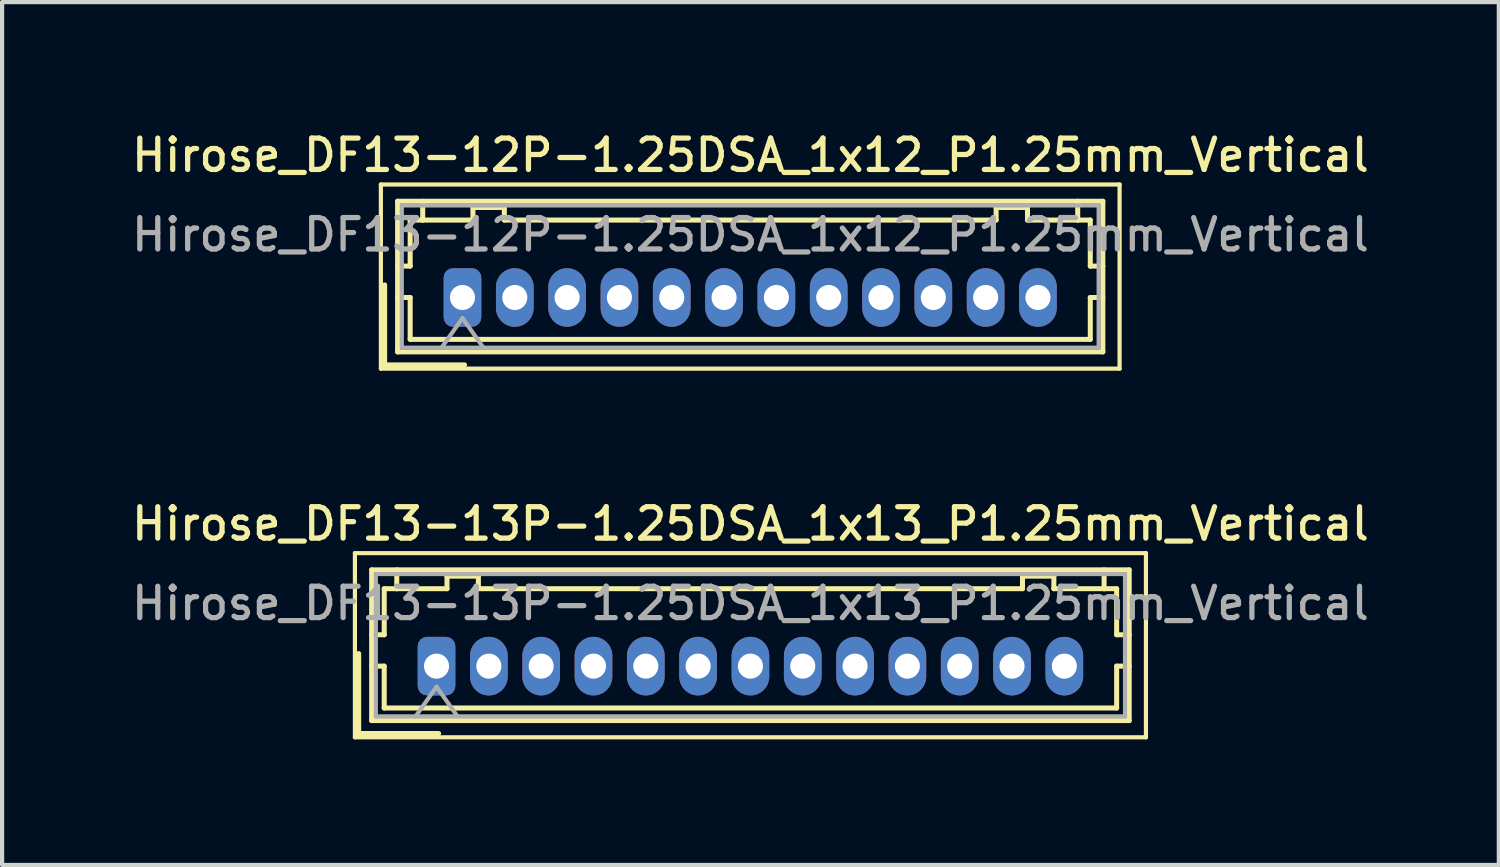
<source format=kicad_pcb>
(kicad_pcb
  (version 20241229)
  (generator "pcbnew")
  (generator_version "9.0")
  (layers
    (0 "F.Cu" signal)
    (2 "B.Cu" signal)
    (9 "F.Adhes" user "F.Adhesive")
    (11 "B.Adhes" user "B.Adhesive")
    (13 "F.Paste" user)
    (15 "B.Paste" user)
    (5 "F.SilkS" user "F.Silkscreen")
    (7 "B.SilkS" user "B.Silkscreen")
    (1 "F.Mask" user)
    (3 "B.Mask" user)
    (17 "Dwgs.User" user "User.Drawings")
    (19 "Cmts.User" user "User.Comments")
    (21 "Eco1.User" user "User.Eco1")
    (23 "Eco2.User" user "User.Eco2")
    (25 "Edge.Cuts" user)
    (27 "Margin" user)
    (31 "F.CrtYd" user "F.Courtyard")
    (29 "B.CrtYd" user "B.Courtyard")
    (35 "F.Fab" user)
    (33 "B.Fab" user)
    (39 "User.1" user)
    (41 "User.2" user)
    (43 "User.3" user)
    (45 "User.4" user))
  (footprint "Hirose_DF13-12P-1.25DSA_1x12_P1.25mm_Vertical"
    (layer "F.Cu")
    (at 8 4.058)
    (property "Reference" "Hirose_DF13-12P-1.25DSA_1x12_P1.25mm_Vertical" (at 6.88 -3.4 0) (layer "F.SilkS") (effects (font (size 0.75 0.75) (thickness 0.125))))
    (attr through_hole)
    (fp_line (start -1.95 -2.7) (end -1.95 1.7) (stroke (width 0.1) (type solid)) (layer "F.SilkS"))
    (fp_line (start -1.95 1.7) (end 15.7 1.7) (stroke (width 0.1) (type solid)) (layer "F.SilkS"))
    (fp_line (start -1.86 -0.3) (end -1.86 1.61) (stroke (width 0.12) (type solid)) (layer "F.SilkS"))
    (fp_line (start -1.86 1.61) (end 0.05 1.61) (stroke (width 0.12) (type solid)) (layer "F.SilkS"))
    (fp_line (start -1.55 -2.3) (end -1.55 1.3) (stroke (width 0.12) (type solid)) (layer "F.SilkS"))
    (fp_line (start -1.55 -0.75) (end -1.25 -0.75) (stroke (width 0.12) (type solid)) (layer "F.SilkS"))
    (fp_line (start -1.55 0) (end -1.25 0) (stroke (width 0.12) (type solid)) (layer "F.SilkS"))
    (fp_line (start -1.55 1.3) (end 15.3 1.3) (stroke (width 0.12) (type solid)) (layer "F.SilkS"))
    (fp_line (start -1.25 -1.85) (end -0.95 -1.85) (stroke (width 0.12) (type solid)) (layer "F.SilkS"))
    (fp_line (start -1.25 -0.75) (end -1.25 -1.85) (stroke (width 0.12) (type solid)) (layer "F.SilkS"))
    (fp_line (start -1.25 0) (end -1.25 1) (stroke (width 0.12) (type solid)) (layer "F.SilkS"))
    (fp_line (start -1.25 1) (end 15 1) (stroke (width 0.12) (type solid)) (layer "F.SilkS"))
    (fp_line (start -0.95 -1.85) (end -0.95 -2.3) (stroke (width 0.12) (type solid)) (layer "F.SilkS"))
    (fp_line (start -0.95 -1.85) (end 0.25 -1.85) (stroke (width 0.12) (type solid)) (layer "F.SilkS"))
    (fp_line (start 0.25 -2.15) (end 1 -2.15) (stroke (width 0.12) (type solid)) (layer "F.SilkS"))
    (fp_line (start 0.25 -1.85) (end 0.25 -2.15) (stroke (width 0.12) (type solid)) (layer "F.SilkS"))
    (fp_line (start 1 -2.15) (end 1 -1.85) (stroke (width 0.12) (type solid)) (layer "F.SilkS"))
    (fp_line (start 1 -1.85) (end 12.75 -1.85) (stroke (width 0.12) (type solid)) (layer "F.SilkS"))
    (fp_line (start 12.75 -2.15) (end 13.5 -2.15) (stroke (width 0.12) (type solid)) (layer "F.SilkS"))
    (fp_line (start 12.75 -1.85) (end 12.75 -2.15) (stroke (width 0.12) (type solid)) (layer "F.SilkS"))
    (fp_line (start 13.5 -2.15) (end 13.5 -1.85) (stroke (width 0.12) (type solid)) (layer "F.SilkS"))
    (fp_line (start 13.5 -1.85) (end 14.7 -1.85) (stroke (width 0.12) (type solid)) (layer "F.SilkS"))
    (fp_line (start 14.7 -1.85) (end 14.7 -2.3) (stroke (width 0.12) (type solid)) (layer "F.SilkS"))
    (fp_line (start 15 -1.85) (end 14.7 -1.85) (stroke (width 0.12) (type solid)) (layer "F.SilkS"))
    (fp_line (start 15 -0.75) (end 15 -1.85) (stroke (width 0.12) (type solid)) (layer "F.SilkS"))
    (fp_line (start 15 0) (end 15.3 0) (stroke (width 0.12) (type solid)) (layer "F.SilkS"))
    (fp_line (start 15 1) (end 15 0) (stroke (width 0.12) (type solid)) (layer "F.SilkS"))
    (fp_line (start 15.3 -2.3) (end -1.55 -2.3) (stroke (width 0.12) (type solid)) (layer "F.SilkS"))
    (fp_line (start 15.3 -0.75) (end 15 -0.75) (stroke (width 0.12) (type solid)) (layer "F.SilkS"))
    (fp_line (start 15.3 1.3) (end 15.3 -2.3) (stroke (width 0.12) (type solid)) (layer "F.SilkS"))
    (fp_line (start 15.7 -2.7) (end -1.95 -2.7) (stroke (width 0.1) (type solid)) (layer "F.SilkS"))
    (fp_line (start 15.7 1.7) (end 15.7 -2.7) (stroke (width 0.1) (type solid)) (layer "F.SilkS"))
    (fp_line (start -1.45 -2.2) (end -1.45 1.2) (stroke (width 0.1) (type solid)) (layer "F.Fab"))
    (fp_line (start -1.45 1.2) (end 15.2 1.2) (stroke (width 0.1) (type solid)) (layer "F.Fab"))
    (fp_line (start -0.5 1.2) (end 0 0.493) (stroke (width 0.1) (type solid)) (layer "F.Fab"))
    (fp_line (start 0 0.493) (end 0.5 1.2) (stroke (width 0.1) (type solid)) (layer "F.Fab"))
    (fp_line (start 15.2 -2.2) (end -1.45 -2.2) (stroke (width 0.1) (type solid)) (layer "F.Fab"))
    (fp_line (start 15.2 1.2) (end 15.2 -2.2) (stroke (width 0.1) (type solid)) (layer "F.Fab"))
    (fp_text user "${REFERENCE}" (at 6.88 -1.5 0) (layer "F.Fab") (effects (font (size 0.75 0.75) (thickness 0.125))))
    (pad "1" thru_hole roundrect (at 0 0) (size 0.9 1.4) (drill 0.6) (layers "*.Cu" "*.Mask") (roundrect_rratio 0.25))
    (pad "2" thru_hole oval (at 1.25 0) (size 0.9 1.4) (drill 0.6) (layers "*.Cu" "*.Mask"))
    (pad "3" thru_hole oval (at 2.5 0) (size 0.9 1.4) (drill 0.6) (layers "*.Cu" "*.Mask"))
    (pad "4" thru_hole oval (at 3.75 0) (size 0.9 1.4) (drill 0.6) (layers "*.Cu" "*.Mask"))
    (pad "5" thru_hole oval (at 5 0) (size 0.9 1.4) (drill 0.6) (layers "*.Cu" "*.Mask"))
    (pad "6" thru_hole oval (at 6.25 0) (size 0.9 1.4) (drill 0.6) (layers "*.Cu" "*.Mask"))
    (pad "7" thru_hole oval (at 7.5 0) (size 0.9 1.4) (drill 0.6) (layers "*.Cu" "*.Mask"))
    (pad "8" thru_hole oval (at 8.75 0) (size 0.9 1.4) (drill 0.6) (layers "*.Cu" "*.Mask"))
    (pad "9" thru_hole oval (at 10 0) (size 0.9 1.4) (drill 0.6) (layers "*.Cu" "*.Mask"))
    (pad "10" thru_hole oval (at 11.25 0) (size 0.9 1.4) (drill 0.6) (layers "*.Cu" "*.Mask"))
    (pad "11" thru_hole oval (at 12.5 0) (size 0.9 1.4) (drill 0.6) (layers "*.Cu" "*.Mask"))
    (pad "12" thru_hole oval (at 13.75 0) (size 0.9 1.4) (drill 0.6) (layers "*.Cu" "*.Mask")))
  (footprint "Hirose_DF13-13P-1.25DSA_1x13_P1.25mm_Vertical"
    (layer "F.Cu")
    (at 7.38 12.866)
    (property "Reference" "Hirose_DF13-13P-1.25DSA_1x13_P1.25mm_Vertical" (at 7.5 -3.4 0) (layer "F.SilkS") (effects (font (size 0.75 0.75) (thickness 0.125))))
    (attr through_hole)
    (fp_line (start -1.95 -2.7) (end -1.95 1.7) (stroke (width 0.1) (type solid)) (layer "F.SilkS"))
    (fp_line (start -1.95 1.7) (end 16.95 1.7) (stroke (width 0.1) (type solid)) (layer "F.SilkS"))
    (fp_line (start -1.86 -0.3) (end -1.86 1.61) (stroke (width 0.12) (type solid)) (layer "F.SilkS"))
    (fp_line (start -1.86 1.61) (end 0.05 1.61) (stroke (width 0.12) (type solid)) (layer "F.SilkS"))
    (fp_line (start -1.55 -2.3) (end -1.55 1.3) (stroke (width 0.12) (type solid)) (layer "F.SilkS"))
    (fp_line (start -1.55 -0.75) (end -1.25 -0.75) (stroke (width 0.12) (type solid)) (layer "F.SilkS"))
    (fp_line (start -1.55 0) (end -1.25 0) (stroke (width 0.12) (type solid)) (layer "F.SilkS"))
    (fp_line (start -1.55 1.3) (end 16.55 1.3) (stroke (width 0.12) (type solid)) (layer "F.SilkS"))
    (fp_line (start -1.25 -1.85) (end -0.95 -1.85) (stroke (width 0.12) (type solid)) (layer "F.SilkS"))
    (fp_line (start -1.25 -0.75) (end -1.25 -1.85) (stroke (width 0.12) (type solid)) (layer "F.SilkS"))
    (fp_line (start -1.25 0) (end -1.25 1) (stroke (width 0.12) (type solid)) (layer "F.SilkS"))
    (fp_line (start -1.25 1) (end 16.25 1) (stroke (width 0.12) (type solid)) (layer "F.SilkS"))
    (fp_line (start -0.95 -1.85) (end -0.95 -2.3) (stroke (width 0.12) (type solid)) (layer "F.SilkS"))
    (fp_line (start -0.95 -1.85) (end 0.25 -1.85) (stroke (width 0.12) (type solid)) (layer "F.SilkS"))
    (fp_line (start 0.25 -2.15) (end 1 -2.15) (stroke (width 0.12) (type solid)) (layer "F.SilkS"))
    (fp_line (start 0.25 -1.85) (end 0.25 -2.15) (stroke (width 0.12) (type solid)) (layer "F.SilkS"))
    (fp_line (start 1 -2.15) (end 1 -1.85) (stroke (width 0.12) (type solid)) (layer "F.SilkS"))
    (fp_line (start 1 -1.85) (end 14 -1.85) (stroke (width 0.12) (type solid)) (layer "F.SilkS"))
    (fp_line (start 14 -2.15) (end 14.75 -2.15) (stroke (width 0.12) (type solid)) (layer "F.SilkS"))
    (fp_line (start 14 -1.85) (end 14 -2.15) (stroke (width 0.12) (type solid)) (layer "F.SilkS"))
    (fp_line (start 14.75 -2.15) (end 14.75 -1.85) (stroke (width 0.12) (type solid)) (layer "F.SilkS"))
    (fp_line (start 14.75 -1.85) (end 15.95 -1.85) (stroke (width 0.12) (type solid)) (layer "F.SilkS"))
    (fp_line (start 15.95 -1.85) (end 15.95 -2.3) (stroke (width 0.12) (type solid)) (layer "F.SilkS"))
    (fp_line (start 16.25 -1.85) (end 15.95 -1.85) (stroke (width 0.12) (type solid)) (layer "F.SilkS"))
    (fp_line (start 16.25 -0.75) (end 16.25 -1.85) (stroke (width 0.12) (type solid)) (layer "F.SilkS"))
    (fp_line (start 16.25 0) (end 16.55 0) (stroke (width 0.12) (type solid)) (layer "F.SilkS"))
    (fp_line (start 16.25 1) (end 16.25 0) (stroke (width 0.12) (type solid)) (layer "F.SilkS"))
    (fp_line (start 16.55 -2.3) (end -1.55 -2.3) (stroke (width 0.12) (type solid)) (layer "F.SilkS"))
    (fp_line (start 16.55 -0.75) (end 16.25 -0.75) (stroke (width 0.12) (type solid)) (layer "F.SilkS"))
    (fp_line (start 16.55 1.3) (end 16.55 -2.3) (stroke (width 0.12) (type solid)) (layer "F.SilkS"))
    (fp_line (start 16.95 -2.7) (end -1.95 -2.7) (stroke (width 0.1) (type solid)) (layer "F.SilkS"))
    (fp_line (start 16.95 1.7) (end 16.95 -2.7) (stroke (width 0.1) (type solid)) (layer "F.SilkS"))
    (fp_line (start -1.45 -2.2) (end -1.45 1.2) (stroke (width 0.1) (type solid)) (layer "F.Fab"))
    (fp_line (start -1.45 1.2) (end 16.45 1.2) (stroke (width 0.1) (type solid)) (layer "F.Fab"))
    (fp_line (start -0.5 1.2) (end 0 0.493) (stroke (width 0.1) (type solid)) (layer "F.Fab"))
    (fp_line (start 0 0.493) (end 0.5 1.2) (stroke (width 0.1) (type solid)) (layer "F.Fab"))
    (fp_line (start 16.45 -2.2) (end -1.45 -2.2) (stroke (width 0.1) (type solid)) (layer "F.Fab"))
    (fp_line (start 16.45 1.2) (end 16.45 -2.2) (stroke (width 0.1) (type solid)) (layer "F.Fab"))
    (fp_text user "${REFERENCE}" (at 7.5 -1.5 0) (layer "F.Fab") (effects (font (size 0.75 0.75) (thickness 0.125))))
    (pad "1" thru_hole roundrect (at 0 0) (size 0.9 1.4) (drill 0.6) (layers "*.Cu" "*.Mask") (roundrect_rratio 0.25))
    (pad "2" thru_hole oval (at 1.25 0) (size 0.9 1.4) (drill 0.6) (layers "*.Cu" "*.Mask"))
    (pad "3" thru_hole oval (at 2.5 0) (size 0.9 1.4) (drill 0.6) (layers "*.Cu" "*.Mask"))
    (pad "4" thru_hole oval (at 3.75 0) (size 0.9 1.4) (drill 0.6) (layers "*.Cu" "*.Mask"))
    (pad "5" thru_hole oval (at 5 0) (size 0.9 1.4) (drill 0.6) (layers "*.Cu" "*.Mask"))
    (pad "6" thru_hole oval (at 6.25 0) (size 0.9 1.4) (drill 0.6) (layers "*.Cu" "*.Mask"))
    (pad "7" thru_hole oval (at 7.5 0) (size 0.9 1.4) (drill 0.6) (layers "*.Cu" "*.Mask"))
    (pad "8" thru_hole oval (at 8.75 0) (size 0.9 1.4) (drill 0.6) (layers "*.Cu" "*.Mask"))
    (pad "9" thru_hole oval (at 10 0) (size 0.9 1.4) (drill 0.6) (layers "*.Cu" "*.Mask"))
    (pad "10" thru_hole oval (at 11.25 0) (size 0.9 1.4) (drill 0.6) (layers "*.Cu" "*.Mask"))
    (pad "11" thru_hole oval (at 12.5 0) (size 0.9 1.4) (drill 0.6) (layers "*.Cu" "*.Mask"))
    (pad "12" thru_hole oval (at 13.75 0) (size 0.9 1.4) (drill 0.6) (layers "*.Cu" "*.Mask"))
    (pad "13" thru_hole oval (at 15 0) (size 0.9 1.4) (drill 0.6) (layers "*.Cu" "*.Mask")))
  (gr_rect
    (start -3 -3)
    (end 32.761 17.616)
    (stroke (width 0.1) (type default))
    (fill no)
    (layer "Edge.Cuts")))
</source>
